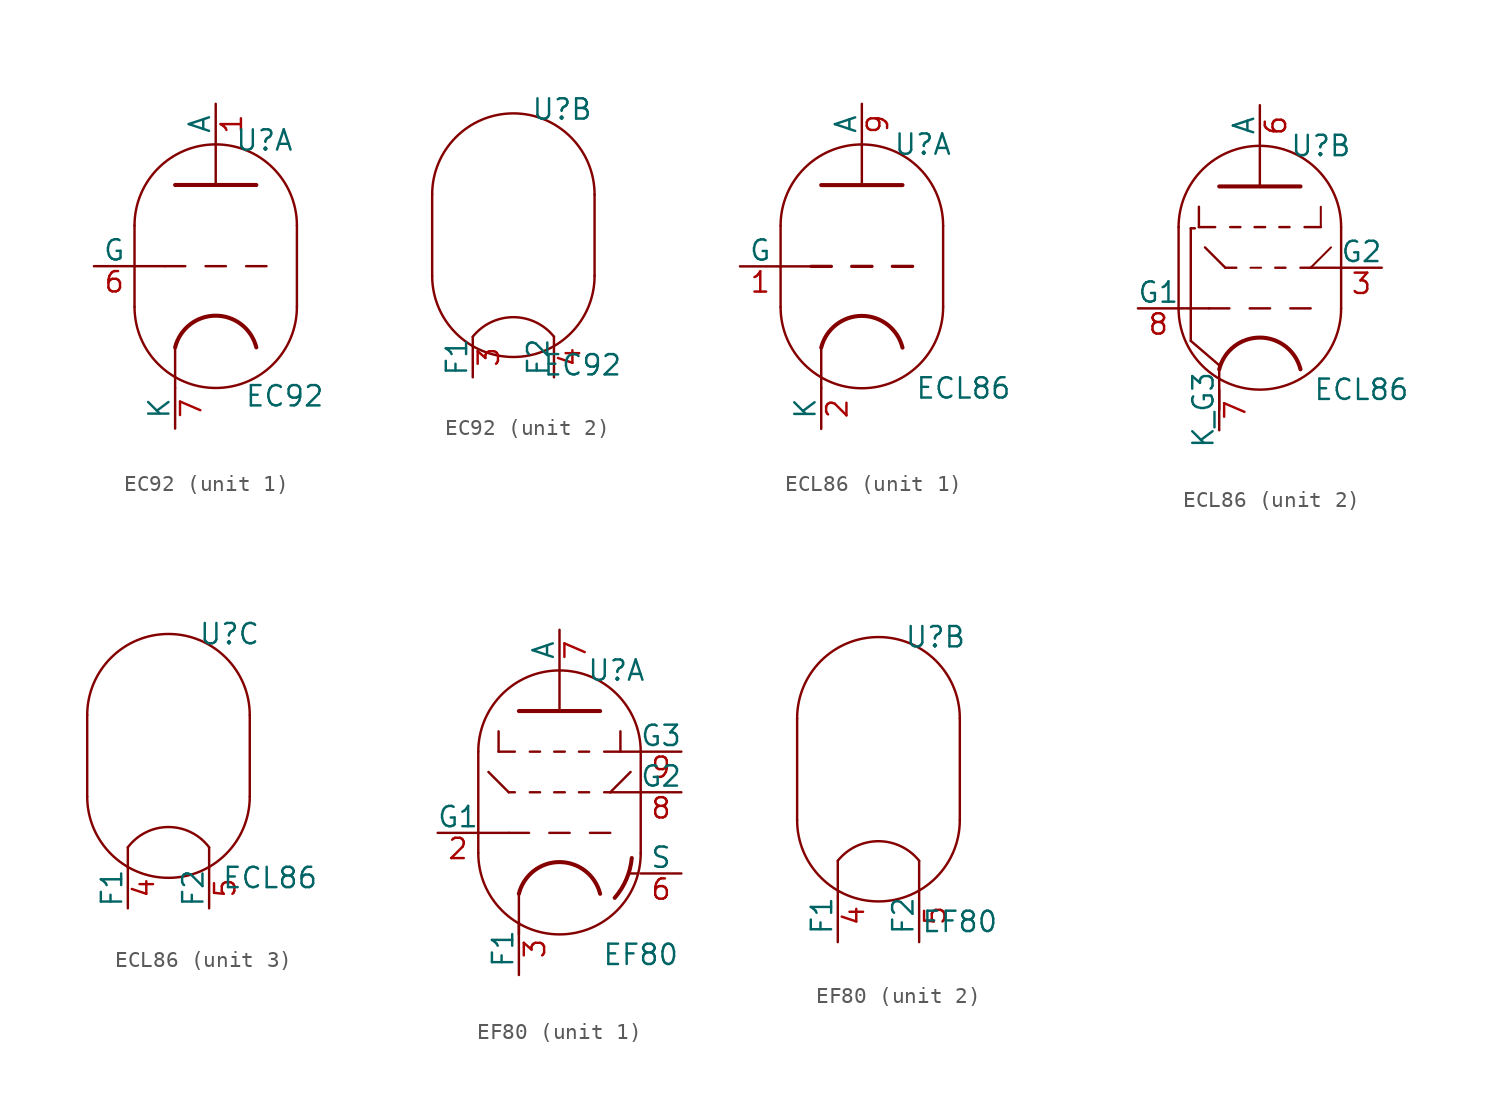
<source format=kicad_sym>
(kicad_symbol_lib
  (version 20201005)
  (generator kicad_symbol_editor)
  (symbol "EC92"
    (pin_names
      (offset 0))
    (property "Reference" "U"
      (at 3.048 7.874 0)
      (effects (font (size 1.27 1.27))))
    (property "Value" "EC92"
      (at 4.318 -8.128 0)
      (effects (font (size 1.27 1.27))))
    (property "ki_locked" ""
      (at 0 0 0)
      (effects (font (size 1.27 1.27))))
    (symbol "EC92_0_1"
      (arc (start -5.08 -2.54) (end 5.08 -2.54) (radius (at 0 -2.54) (length 5.08) (angles -179.9 -0.1)) (stroke (width 0)) (fill (type none)))
      (arc (start 5.08 2.54) (end -5.08 2.54) (radius (at 0 2.54) (length 5.08) (angles 0.1 179.9)) (stroke (width 0)) (fill (type none)))
      (polyline (pts (xy 5.08 2.54) (xy 5.08 -2.54)) (stroke (width 0)) (fill (type none)))
      (polyline (pts (xy -5.08 2.54) (xy -5.08 -2.54) (xy -5.08 -2.54)) (stroke (width 0)) (fill (type none))))
    (symbol "EC92_1_0"
      (polyline (pts (xy -2.54 -5.08) (xy -2.54 -7.62)) (stroke (width 0)) (fill (type none)))
      (polyline (pts (xy -1.905 0) (xy -3.175 0)) (stroke (width 0.152)) (fill (type none)))
      (polyline (pts (xy -0.635 0) (xy 0.635 0)) (stroke (width 0.152)) (fill (type none)))
      (polyline (pts (xy 0 5.08) (xy 0 7.62)) (stroke (width 0)) (fill (type none)))
      (polyline (pts (xy 1.905 0) (xy 3.175 0)) (stroke (width 0.152)) (fill (type none))))
    (symbol "EC92_1_1"
      (arc (start 2.54 -5.08) (end -2.54 -5.08) (radius (at 0 -5.715) (length 2.6162) (angles 14.2 165.9)) (stroke (width 0.254)) (fill (type none)))
      (polyline (pts (xy -5.08 0) (xy -3.175 0)) (stroke (width 0)) (fill (type none)))
      (polyline (pts (xy -2.54 5.08) (xy 2.54 5.08) (xy 2.54 5.08)) (stroke (width 0.254)) (fill (type none)))
      (pin output line (at 0 10.16 270) (length 2.54) (name "A" (effects (font (size 1.27 1.27)))) (number "1" (effects (font (size 1.27 1.27)))))
      (pin input line (at -7.62 0 0) (length 2.54) (name "G" (effects (font (size 1.27 1.27)))) (number "6" (effects (font (size 1.27 1.27)))))
      (pin bidirectional line (at -2.54 -10.16 90) (length 2.54) (name "K" (effects (font (size 1.27 1.27)))) (number "7" (effects (font (size 1.27 1.27))))))
    (symbol "EC92_2_1"
      (arc (start 2.54 -6.35) (end -2.54 -6.35) (radius (at 0 -8.382) (length 3.2512) (angles 38.6 141.3)) (stroke (width 0)) (fill (type none)))
      (pin power_in line (at -2.54 -8.89 90) (length 2.54) (name "F1" (effects (font (size 1.27 1.27)))) (number "3" (effects (font (size 1.27 1.27)))))
      (pin power_in line (at 2.54 -8.89 90) (length 2.54) (name "F2" (effects (font (size 1.27 1.27)))) (number "4" (effects (font (size 1.27 1.27)))))))
  (symbol "ECL86"
    (pin_names
      (offset 0))
    (property "Reference" "U"
      (at 3.81 7.62 0)
      (effects (font (size 1.27 1.27))))
    (property "Value" "ECL86"
      (at 6.35 -7.62 0)
      (effects (font (size 1.27 1.27))))
    (property "ki_locked" ""
      (at 0 0 0)
      (effects (font (size 1.27 1.27))))
    (symbol "ECL86_0_1"
      (arc (start -5.08 -2.54) (end 5.08 -2.54) (radius (at 0 -2.54) (length 5.08) (angles -179.9 -0.1)) (stroke (width 0)) (fill (type none)))
      (arc (start 5.08 2.54) (end -5.08 2.54) (radius (at 0 2.54) (length 5.08) (angles 0.1 179.9)) (stroke (width 0)) (fill (type none)))
      (polyline (pts (xy 5.08 2.54) (xy 5.08 -2.54)) (stroke (width 0)) (fill (type none)))
      (polyline (pts (xy -5.08 2.54) (xy -5.08 -2.54) (xy -5.08 -2.54) (xy -5.08 -2.54) (xy -5.08 -2.54)) (stroke (width 0)) (fill (type none))))
    (symbol "ECL86_1_1"
      (arc (start 2.54 -5.08) (end -2.54 -5.08) (radius (at 0 -5.715) (length 2.6162) (angles 14.2 165.9)) (stroke (width 0.254)) (fill (type none)))
      (polyline (pts (xy -5.08 0) (xy -3.175 0)) (stroke (width 0)) (fill (type none)))
      (polyline (pts (xy -2.54 -5.08) (xy -2.54 -7.62)) (stroke (width 0)) (fill (type none)))
      (polyline (pts (xy -1.905 0) (xy -3.175 0)) (stroke (width 0.203)) (fill (type none)))
      (polyline (pts (xy -0.635 0) (xy 0.635 0)) (stroke (width 0.203)) (fill (type none)))
      (polyline (pts (xy 0 5.08) (xy 0 7.62)) (stroke (width 0)) (fill (type none)))
      (polyline (pts (xy 1.905 0) (xy 3.175 0)) (stroke (width 0.203)) (fill (type none)))
      (polyline (pts (xy -2.54 5.08) (xy 2.54 5.08) (xy 2.54 5.08)) (stroke (width 0.254)) (fill (type none)))
      (pin input line (at -7.62 0 0) (length 2.54) (name "G" (effects (font (size 1.27 1.27)))) (number "1" (effects (font (size 1.27 1.27)))))
      (pin bidirectional line (at -2.54 -10.16 90) (length 2.54) (name "K" (effects (font (size 1.27 1.27)))) (number "2" (effects (font (size 1.27 1.27)))))
      (pin output line (at 0 10.16 270) (length 2.54) (name "A" (effects (font (size 1.27 1.27)))) (number "9" (effects (font (size 1.27 1.27))))))
    (symbol "ECL86_2_0"
      (polyline (pts (xy -2.54 -6.35) (xy -2.54 -8.89)) (stroke (width 0)) (fill (type none)))
      (polyline (pts (xy -0.635 -2.54) (xy 0.635 -2.54)) (stroke (width 0.152)) (fill (type none)))
      (polyline (pts (xy 3.175 0) (xy 5.08 0)) (stroke (width 0)) (fill (type none))))
    (symbol "ECL86_2_1"
      (arc (start 2.54 -6.35) (end -2.54 -6.35) (radius (at 0 -6.985) (length 2.6162) (angles 14.2 165.9)) (stroke (width 0.254)) (fill (type none)))
      (polyline (pts (xy -5.08 -2.54) (xy -3.175 -2.54)) (stroke (width 0)) (fill (type none)))
      (polyline (pts (xy -4.318 -4.572) (xy -4.318 2.464)) (stroke (width 0.152)) (fill (type none)))
      (polyline (pts (xy -4.318 -4.572) (xy -2.54 -6.096)) (stroke (width 0.152)) (fill (type none)))
      (polyline (pts (xy -4.064 2.464) (xy -4.318 2.464)) (stroke (width 0.152)) (fill (type none)))
      (polyline (pts (xy -3.81 2.54) (xy -2.794 2.54)) (stroke (width 0.152)) (fill (type none)))
      (polyline (pts (xy -3.81 3.81) (xy -3.81 2.54)) (stroke (width 0.152)) (fill (type none)))
      (polyline (pts (xy -3.429 1.27) (xy -2.159 0)) (stroke (width 0.152)) (fill (type none)))
      (polyline (pts (xy -2.159 0) (xy -1.473 0)) (stroke (width 0.152)) (fill (type none)))
      (polyline (pts (xy -1.905 -2.54) (xy -3.175 -2.54)) (stroke (width 0.152)) (fill (type none)))
      (polyline (pts (xy -1.854 2.54) (xy -1.219 2.54)) (stroke (width 0.152)) (fill (type none)))
      (polyline (pts (xy -0.584 0) (xy 0.076 0)) (stroke (width 0.127)) (fill (type none)))
      (polyline (pts (xy -0.33 2.54) (xy 0.33 2.54)) (stroke (width 0.152)) (fill (type none)))
      (polyline (pts (xy 0 5.08) (xy 0 7.62)) (stroke (width 0)) (fill (type none)))
      (polyline (pts (xy 0.965 0) (xy 1.6 0)) (stroke (width 0.152)) (fill (type none)))
      (polyline (pts (xy 1.219 2.54) (xy 1.854 2.54)) (stroke (width 0.152)) (fill (type none)))
      (polyline (pts (xy 1.905 -2.54) (xy 3.175 -2.54)) (stroke (width 0.152)) (fill (type none)))
      (polyline (pts (xy 2.54 0) (xy 3.175 0)) (stroke (width 0.152)) (fill (type none)))
      (polyline (pts (xy 3.81 2.54) (xy 2.794 2.54)) (stroke (width 0.152)) (fill (type none)))
      (polyline (pts (xy 3.81 3.81) (xy 3.81 2.54)) (stroke (width 0.127)) (fill (type none)))
      (polyline (pts (xy 4.445 1.27) (xy 3.175 0)) (stroke (width 0.127)) (fill (type none)))
      (polyline (pts (xy -2.54 5.08) (xy 2.54 5.08) (xy 2.54 5.08)) (stroke (width 0.254)) (fill (type none)))
      (pin input line (at 7.62 0 180) (length 2.54) (name "G2" (effects (font (size 1.27 1.27)))) (number "3" (effects (font (size 1.27 1.27)))))
      (pin output line (at 0 10.16 270) (length 2.54) (name "A" (effects (font (size 1.27 1.27)))) (number "6" (effects (font (size 1.27 1.27)))))
      (pin bidirectional line (at -2.54 -10.16 90) (length 2.54) (name "K_G3" (effects (font (size 1.27 1.27)))) (number "7" (effects (font (size 1.27 1.27)))))
      (pin input line (at -7.62 -2.54 0) (length 2.54) (name "G1" (effects (font (size 1.27 1.27)))) (number "8" (effects (font (size 1.27 1.27))))))
    (symbol "ECL86_3_1"
      (arc (start 2.54 -5.715) (end -2.54 -5.715) (radius (at 0 -7.62) (length 3.175) (angles 36.8 143.1)) (stroke (width 0)) (fill (type none)))
      (polyline (pts (xy -2.54 -6.985) (xy -2.54 -5.715) (xy -2.54 -5.715)) (stroke (width 0)) (fill (type none)))
      (polyline (pts (xy 2.54 -6.985) (xy 2.54 -5.715) (xy 2.54 -5.715)) (stroke (width 0)) (fill (type none)))
      (pin power_in line (at -2.54 -9.525 90) (length 2.54) (name "F1" (effects (font (size 1.27 1.27)))) (number "4" (effects (font (size 1.27 1.27)))))
      (pin power_in line (at 2.54 -9.525 90) (length 2.54) (name "F2" (effects (font (size 1.27 1.27)))) (number "5" (effects (font (size 1.27 1.27)))))))
  (symbol "EF80"
    (pin_names
      (offset 0))
    (property "Reference" "U"
      (at 3.556 8.89 0)
      (effects (font (size 1.27 1.27))))
    (property "Value" "EF80"
      (at 5.08 -8.89 0)
      (effects (font (size 1.27 1.27))))
    (property "ki_locked" ""
      (at 0 0 0)
      (effects (font (size 1.27 1.27))))
    (symbol "EF80_0_1"
      (arc (start -5.08 -2.54) (end 5.08 -2.54) (radius (at 0 -2.54) (length 5.08) (angles -179.9 -0.1)) (stroke (width 0)) (fill (type none)))
      (arc (start 5.08 3.81) (end -5.08 3.81) (radius (at 0 3.81) (length 5.08) (angles 0.1 179.9)) (stroke (width 0)) (fill (type none)))
      (polyline (pts (xy -5.08 3.81) (xy -5.08 -2.54) (xy -5.08 -2.54)) (stroke (width 0)) (fill (type none)))
      (polyline (pts (xy 5.08 -2.54) (xy 5.08 3.81) (xy 5.08 3.81)) (stroke (width 0)) (fill (type none))))
    (symbol "EF80_1_0"
      (polyline (pts (xy -5.08 -1.27) (xy -3.175 -1.27)) (stroke (width 0)) (fill (type none)))
      (polyline (pts (xy -2.54 -5.08) (xy -2.54 -7.62)) (stroke (width 0)) (fill (type none)))
      (polyline (pts (xy -0.635 -1.27) (xy 0.635 -1.27)) (stroke (width 0.152)) (fill (type none)))
      (polyline (pts (xy 0 6.35) (xy 0 8.89)) (stroke (width 0)) (fill (type none)))
      (polyline (pts (xy 1.905 -1.27) (xy 3.175 -1.27)) (stroke (width 0.152)) (fill (type none)))
      (polyline (pts (xy 3.175 1.27) (xy 5.08 1.27)) (stroke (width 0)) (fill (type none)))
      (polyline (pts (xy 3.886 3.81) (xy 5.08 3.81)) (stroke (width 0)) (fill (type none)))
      (polyline (pts (xy 4.318 -3.785) (xy 4.343 -3.81)) (stroke (width 0)) (fill (type none)))
      (polyline (pts (xy 4.928 -3.81) (xy 4.343 -3.81)) (stroke (width 0)) (fill (type none))))
    (symbol "EF80_1_1"
      (arc (start 3.4544 -5.334) (end 4.5212 -2.8448) (radius (at -0.0508 -2.3876) (length 4.572) (angles -39.8 -5.8)) (stroke (width 0.254)) (fill (type none)))
      (arc (start 2.54 -5.08) (end -2.54 -5.08) (radius (at 0 -5.715) (length 2.6162) (angles 14.2 165.9)) (stroke (width 0.254)) (fill (type none)))
      (polyline (pts (xy -4.445 2.54) (xy -3.175 1.27)) (stroke (width 0.152)) (fill (type none)))
      (polyline (pts (xy -3.81 3.81) (xy -2.794 3.81)) (stroke (width 0.152)) (fill (type none)))
      (polyline (pts (xy -3.81 5.08) (xy -3.81 3.81)) (stroke (width 0.152)) (fill (type none)))
      (polyline (pts (xy -3.175 1.27) (xy -2.794 1.27)) (stroke (width 0.152)) (fill (type none)))
      (polyline (pts (xy -1.905 -1.27) (xy -3.175 -1.27)) (stroke (width 0.152)) (fill (type none)))
      (polyline (pts (xy -1.854 1.27) (xy -1.219 1.27)) (stroke (width 0.152)) (fill (type none)))
      (polyline (pts (xy -1.854 3.81) (xy -1.219 3.81)) (stroke (width 0.152)) (fill (type none)))
      (polyline (pts (xy -0.33 1.27) (xy 0.33 1.27)) (stroke (width 0.152)) (fill (type none)))
      (polyline (pts (xy -0.33 3.81) (xy 0.33 3.81)) (stroke (width 0.152)) (fill (type none)))
      (polyline (pts (xy 1.219 1.27) (xy 1.854 1.27)) (stroke (width 0.152)) (fill (type none)))
      (polyline (pts (xy 1.219 3.81) (xy 1.854 3.81)) (stroke (width 0.152)) (fill (type none)))
      (polyline (pts (xy 2.794 1.27) (xy 3.175 1.27)) (stroke (width 0.152)) (fill (type none)))
      (polyline (pts (xy 3.81 3.81) (xy 2.794 3.81)) (stroke (width 0.152)) (fill (type none)))
      (polyline (pts (xy 3.81 5.08) (xy 3.81 3.81)) (stroke (width 0.152)) (fill (type none)))
      (polyline (pts (xy 4.445 2.54) (xy 3.175 1.27)) (stroke (width 0.152)) (fill (type none)))
      (polyline (pts (xy -2.54 6.35) (xy 2.54 6.35) (xy 2.54 6.35)) (stroke (width 0.254)) (fill (type none)))
      (pin input line (at -7.62 -1.27 0) (length 2.54) (name "G1" (effects (font (size 1.27 1.27)))) (number "2" (effects (font (size 1.27 1.27)))))
      (pin power_in line (at -2.54 -10.16 90) (length 3.302) (name "F1" (effects (font (size 1.27 1.27)))) (number "3" (effects (font (size 1.27 1.27)))))
      (pin input line (at 7.62 -3.81 180) (length 2.54) (name "S" (effects (font (size 1.27 1.27)))) (number "6" (effects (font (size 1.27 1.27)))))
      (pin output line (at 0 11.43 270) (length 2.54) (name "A" (effects (font (size 1.27 1.27)))) (number "7" (effects (font (size 1.27 1.27)))))
      (pin input line (at 7.62 1.27 180) (length 2.54) (name "G2" (effects (font (size 1.27 1.27)))) (number "8" (effects (font (size 1.27 1.27)))))
      (pin input line (at 7.62 3.81 180) (length 2.54) (name "G3" (effects (font (size 1.27 1.27)))) (number "9" (effects (font (size 1.27 1.27))))))
    (symbol "EF80_2_1"
      (arc (start 2.54 -5.08) (end -2.54 -5.08) (radius (at 0 -7.112) (length 3.2512) (angles 38.6 141.3)) (stroke (width 0)) (fill (type none)))
      (polyline (pts (xy -2.54 -6.858) (xy -2.54 -5.08) (xy -2.54 -5.08)) (stroke (width 0)) (fill (type none)))
      (polyline (pts (xy 2.54 -6.858) (xy 2.54 -5.08) (xy 2.54 -5.08)) (stroke (width 0)) (fill (type none)))
      (pin power_in line (at -2.54 -10.16 90) (length 3.302) (name "F1" (effects (font (size 1.27 1.27)))) (number "4" (effects (font (size 1.27 1.27)))))
      (pin power_in line (at 2.54 -10.16 90) (length 3.302) (name "F2" (effects (font (size 1.27 1.27)))) (number "5" (effects (font (size 1.27 1.27))))))))
</source>
